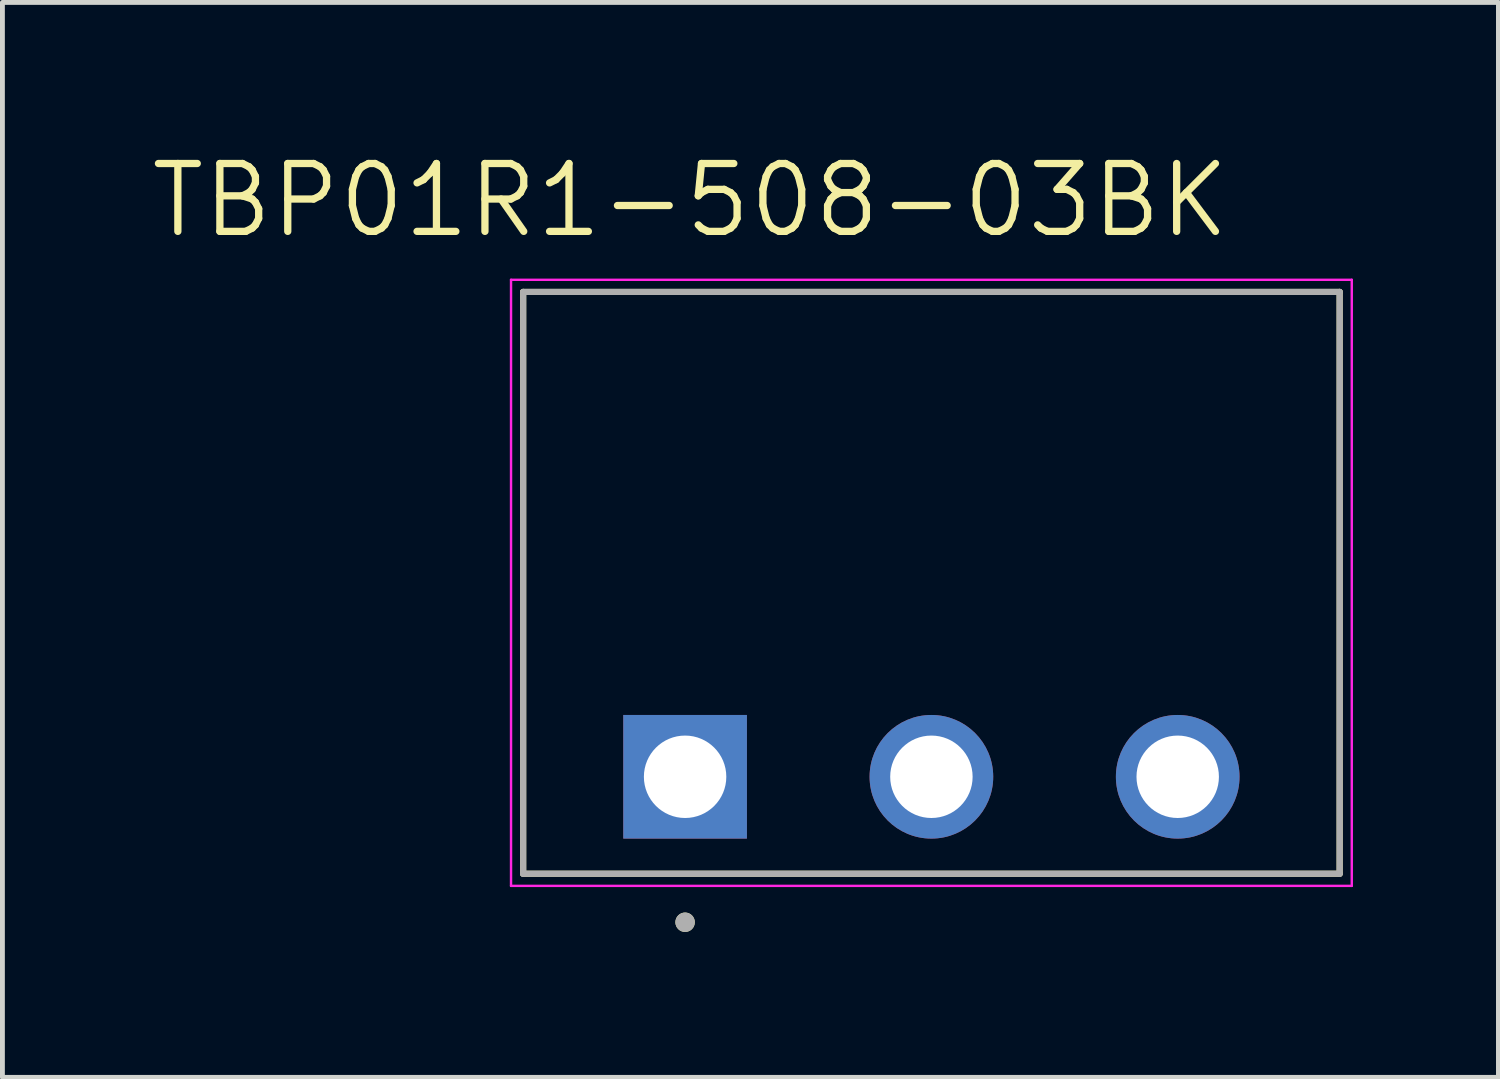
<source format=kicad_pcb>
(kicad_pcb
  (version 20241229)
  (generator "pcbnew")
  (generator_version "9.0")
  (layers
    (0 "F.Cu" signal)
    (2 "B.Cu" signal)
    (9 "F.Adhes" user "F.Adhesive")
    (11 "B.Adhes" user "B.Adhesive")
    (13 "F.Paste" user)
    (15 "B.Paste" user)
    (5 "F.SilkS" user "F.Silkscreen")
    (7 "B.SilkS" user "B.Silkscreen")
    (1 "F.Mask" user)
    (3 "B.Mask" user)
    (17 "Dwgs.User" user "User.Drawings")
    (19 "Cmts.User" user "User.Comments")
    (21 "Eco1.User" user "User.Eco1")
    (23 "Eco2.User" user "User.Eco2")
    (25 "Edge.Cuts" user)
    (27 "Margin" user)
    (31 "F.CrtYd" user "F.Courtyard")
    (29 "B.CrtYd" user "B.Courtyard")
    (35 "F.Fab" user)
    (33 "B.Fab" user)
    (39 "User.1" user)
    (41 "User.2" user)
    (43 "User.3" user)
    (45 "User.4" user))
  (footprint "TBP01R1-508-03BK"
    (layer "F.Cu")
    (at 11.08 12.971)
    (property "Reference" "TBP01R1-508-03BK" (at 0.105 -11.889 0) (layer "F.SilkS") (effects (font (size 1.4 1.4) (thickness 0.15))))
    (attr through_hole)
    (fp_line (start -3.34 -10) (end 13.5 -10) (stroke (width 0.127) (type solid)) (layer "F.SilkS"))
    (fp_line (start -3.34 2) (end -3.34 -10) (stroke (width 0.127) (type solid)) (layer "F.SilkS"))
    (fp_line (start 13.5 -10) (end 13.5 2) (stroke (width 0.127) (type solid)) (layer "F.SilkS"))
    (fp_line (start 13.5 2) (end -3.34 2) (stroke (width 0.127) (type solid)) (layer "F.SilkS"))
    (fp_circle (center 0 3) (end 0.1 3) (stroke (width 0.2) (type solid)) (fill no) (layer "F.SilkS"))
    (fp_line (start -3.59 -10.25) (end 13.75 -10.25) (stroke (width 0.05) (type solid)) (layer "F.CrtYd"))
    (fp_line (start -3.59 2.25) (end -3.59 -10.25) (stroke (width 0.05) (type solid)) (layer "F.CrtYd"))
    (fp_line (start 13.75 -10.25) (end 13.75 2.25) (stroke (width 0.05) (type solid)) (layer "F.CrtYd"))
    (fp_line (start 13.75 2.25) (end -3.59 2.25) (stroke (width 0.05) (type solid)) (layer "F.CrtYd"))
    (fp_line (start -3.34 -10) (end 13.5 -10) (stroke (width 0.127) (type solid)) (layer "F.Fab"))
    (fp_line (start -3.34 2) (end -3.34 -10) (stroke (width 0.127) (type solid)) (layer "F.Fab"))
    (fp_line (start 13.5 -10) (end 13.5 2) (stroke (width 0.127) (type solid)) (layer "F.Fab"))
    (fp_line (start 13.5 2) (end -3.34 2) (stroke (width 0.127) (type solid)) (layer "F.Fab"))
    (fp_circle (center 0 3) (end 0.1 3) (stroke (width 0.2) (type solid)) (fill no) (layer "F.Fab"))
    (pad "1" thru_hole rect (at 0 0) (size 2.55 2.55) (drill 1.7) (layers "*.Cu" "*.Mask"))
    (pad "2" thru_hole circle (at 5.08 0) (size 2.55 2.55) (drill 1.7) (layers "*.Cu" "*.Mask"))
    (pad "3" thru_hole circle (at 10.16 0) (size 2.55 2.55) (drill 1.7) (layers "*.Cu" "*.Mask")))
  (gr_rect
    (start -3 -3)
    (end 27.855 19.171)
    (stroke (width 0.1) (type default))
    (fill no)
    (layer "Edge.Cuts")))
</source>
